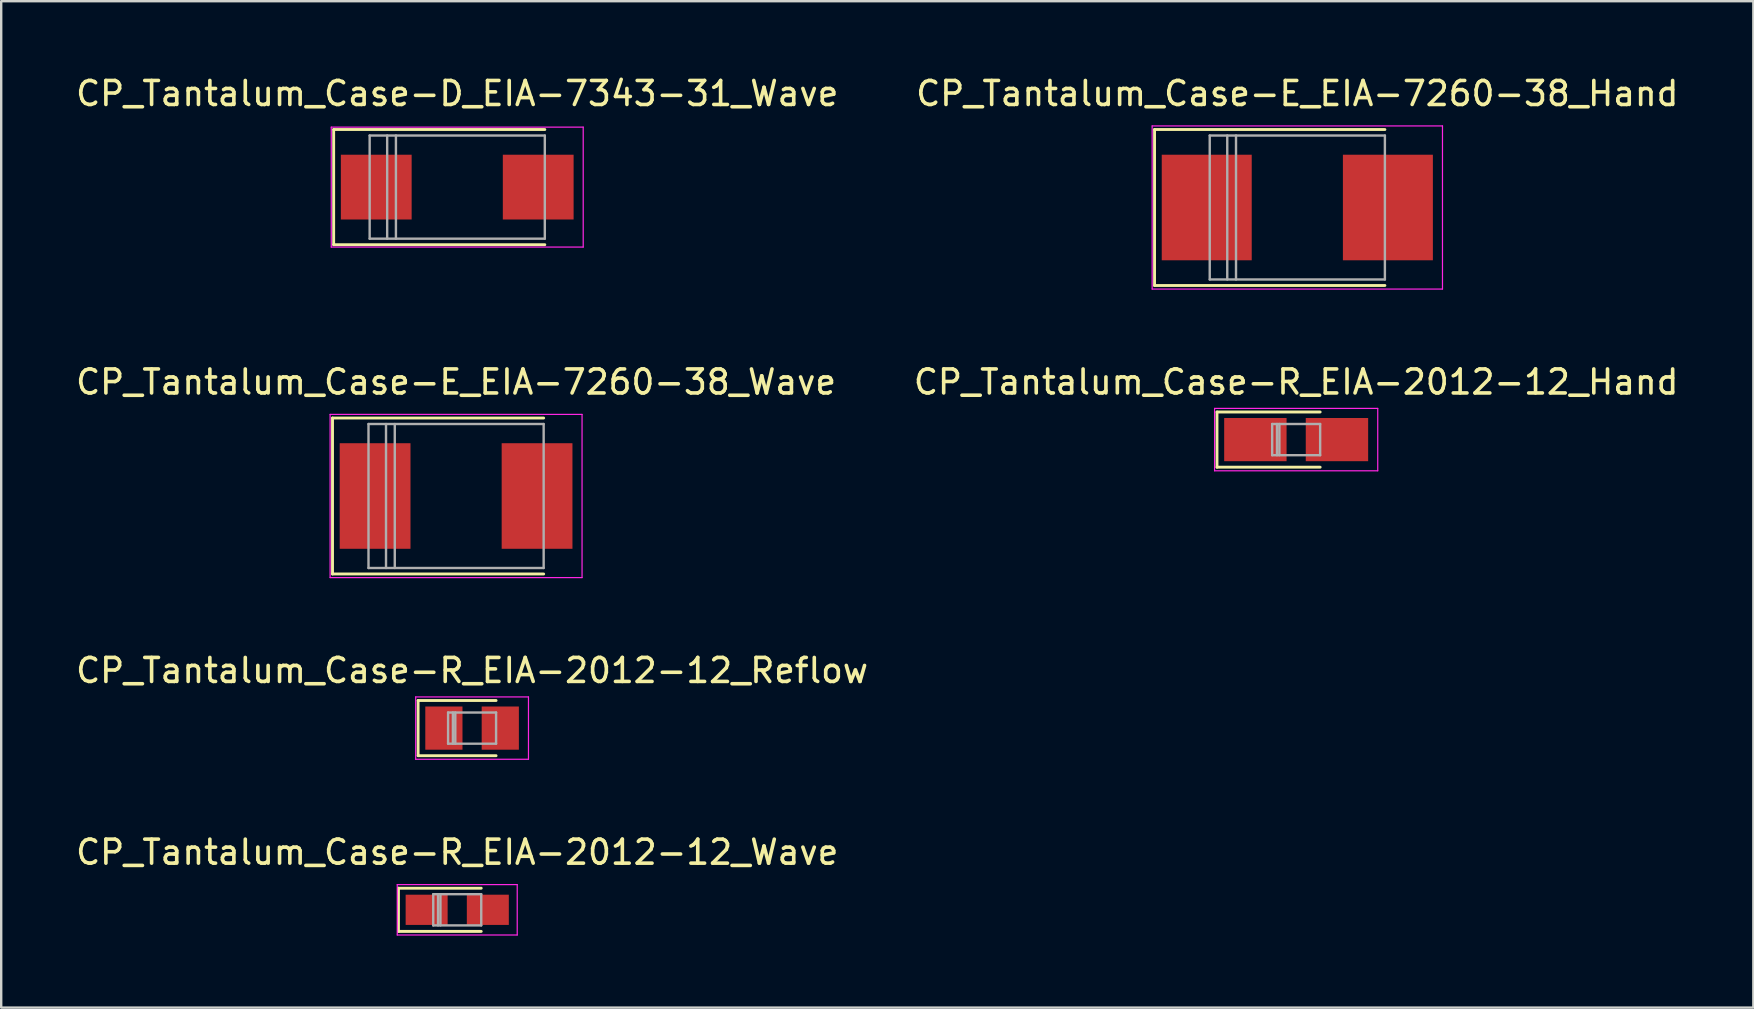
<source format=kicad_pcb>
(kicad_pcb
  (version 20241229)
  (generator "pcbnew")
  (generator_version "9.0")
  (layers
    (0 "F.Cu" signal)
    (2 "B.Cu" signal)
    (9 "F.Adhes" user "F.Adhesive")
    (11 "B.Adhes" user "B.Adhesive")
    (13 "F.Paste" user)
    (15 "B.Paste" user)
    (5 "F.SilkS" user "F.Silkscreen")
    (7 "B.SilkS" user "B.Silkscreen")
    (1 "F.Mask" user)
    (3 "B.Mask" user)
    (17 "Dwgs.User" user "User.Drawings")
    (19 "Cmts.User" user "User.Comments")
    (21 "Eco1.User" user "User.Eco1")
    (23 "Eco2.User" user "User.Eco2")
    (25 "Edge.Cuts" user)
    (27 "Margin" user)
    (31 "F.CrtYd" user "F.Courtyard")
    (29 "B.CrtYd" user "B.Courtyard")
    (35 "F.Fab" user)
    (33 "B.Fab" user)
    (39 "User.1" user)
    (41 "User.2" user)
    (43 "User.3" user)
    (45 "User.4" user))
  (footprint "CP_Tantalum_Case-D_EIA-7343-31_Wave"
    (layer "F.Cu")
    (at 16.006 4.748)
    (property "Reference" "CP_Tantalum_Case-D_EIA-7343-31_Wave" (at 0 -3.9 0) (layer "F.SilkS") (effects (font (size 1 1) (thickness 0.15))))
    (attr smd)
    (fp_line (start -5.15 -2.4) (end -5.15 2.4) (stroke (width 0.12) (type solid)) (layer "F.SilkS"))
    (fp_line (start -5.15 -2.4) (end 3.65 -2.4) (stroke (width 0.12) (type solid)) (layer "F.SilkS"))
    (fp_line (start -5.15 2.4) (end 3.65 2.4) (stroke (width 0.12) (type solid)) (layer "F.SilkS"))
    (fp_line (start -5.25 -2.5) (end -5.25 2.5) (stroke (width 0.05) (type solid)) (layer "F.CrtYd"))
    (fp_line (start -5.25 2.5) (end 5.25 2.5) (stroke (width 0.05) (type solid)) (layer "F.CrtYd"))
    (fp_line (start 5.25 -2.5) (end -5.25 -2.5) (stroke (width 0.05) (type solid)) (layer "F.CrtYd"))
    (fp_line (start 5.25 2.5) (end 5.25 -2.5) (stroke (width 0.05) (type solid)) (layer "F.CrtYd"))
    (fp_line (start -3.65 -2.15) (end -3.65 2.15) (stroke (width 0.1) (type solid)) (layer "F.Fab"))
    (fp_line (start -3.65 2.15) (end 3.65 2.15) (stroke (width 0.1) (type solid)) (layer "F.Fab"))
    (fp_line (start -2.92 -2.15) (end -2.92 2.15) (stroke (width 0.1) (type solid)) (layer "F.Fab"))
    (fp_line (start -2.555 -2.15) (end -2.555 2.15) (stroke (width 0.1) (type solid)) (layer "F.Fab"))
    (fp_line (start 3.65 -2.15) (end -3.65 -2.15) (stroke (width 0.1) (type solid)) (layer "F.Fab"))
    (fp_line (start 3.65 2.15) (end 3.65 -2.15) (stroke (width 0.1) (type solid)) (layer "F.Fab"))
    (pad "1" smd rect (at -3.375 0) (size 2.95 2.7) (layers "F.Cu" "F.Mask" "F.Paste"))
    (pad "2" smd rect (at 3.375 0) (size 2.95 2.7) (layers "F.Cu" "F.Mask" "F.Paste")))
  (footprint "CP_Tantalum_Case-E_EIA-7260-38_Wave"
    (layer "F.Cu")
    (at 15.958 17.622)
    (property "Reference" "CP_Tantalum_Case-E_EIA-7260-38_Wave" (at 0 -4.75 0) (layer "F.SilkS") (effects (font (size 1 1) (thickness 0.15))))
    (attr smd)
    (fp_line (start -5.15 -3.25) (end -5.15 3.25) (stroke (width 0.12) (type solid)) (layer "F.SilkS"))
    (fp_line (start -5.15 -3.25) (end 3.65 -3.25) (stroke (width 0.12) (type solid)) (layer "F.SilkS"))
    (fp_line (start -5.15 3.25) (end 3.65 3.25) (stroke (width 0.12) (type solid)) (layer "F.SilkS"))
    (fp_line (start -5.25 -3.4) (end -5.25 3.4) (stroke (width 0.05) (type solid)) (layer "F.CrtYd"))
    (fp_line (start -5.25 3.4) (end 5.25 3.4) (stroke (width 0.05) (type solid)) (layer "F.CrtYd"))
    (fp_line (start 5.25 -3.4) (end -5.25 -3.4) (stroke (width 0.05) (type solid)) (layer "F.CrtYd"))
    (fp_line (start 5.25 3.4) (end 5.25 -3.4) (stroke (width 0.05) (type solid)) (layer "F.CrtYd"))
    (fp_line (start -3.65 -3) (end -3.65 3) (stroke (width 0.1) (type solid)) (layer "F.Fab"))
    (fp_line (start -3.65 3) (end 3.65 3) (stroke (width 0.1) (type solid)) (layer "F.Fab"))
    (fp_line (start -2.92 -3) (end -2.92 3) (stroke (width 0.1) (type solid)) (layer "F.Fab"))
    (fp_line (start -2.555 -3) (end -2.555 3) (stroke (width 0.1) (type solid)) (layer "F.Fab"))
    (fp_line (start 3.65 -3) (end -3.65 -3) (stroke (width 0.1) (type solid)) (layer "F.Fab"))
    (fp_line (start 3.65 3) (end 3.65 -3) (stroke (width 0.1) (type solid)) (layer "F.Fab"))
    (pad "1" smd rect (at -3.375 0) (size 2.95 4.4) (layers "F.Cu" "F.Mask" "F.Paste"))
    (pad "2" smd rect (at 3.375 0) (size 2.95 4.4) (layers "F.Cu" "F.Mask" "F.Paste")))
  (footprint "CP_Tantalum_Case-R_EIA-2012-12_Hand"
    (layer "F.Cu")
    (at 50.97 15.271)
    (property "Reference" "CP_Tantalum_Case-R_EIA-2012-12_Hand" (at 0 -2.4 0) (layer "F.SilkS") (effects (font (size 1 1) (thickness 0.15))))
    (attr smd)
    (fp_line (start -3.3 -1.15) (end -3.3 1.15) (stroke (width 0.12) (type solid)) (layer "F.SilkS"))
    (fp_line (start -3.3 -1.15) (end 1 -1.15) (stroke (width 0.12) (type solid)) (layer "F.SilkS"))
    (fp_line (start -3.3 1.15) (end 1 1.15) (stroke (width 0.12) (type solid)) (layer "F.SilkS"))
    (fp_line (start -3.4 -1.3) (end -3.4 1.3) (stroke (width 0.05) (type solid)) (layer "F.CrtYd"))
    (fp_line (start -3.4 1.3) (end 3.4 1.3) (stroke (width 0.05) (type solid)) (layer "F.CrtYd"))
    (fp_line (start 3.4 -1.3) (end -3.4 -1.3) (stroke (width 0.05) (type solid)) (layer "F.CrtYd"))
    (fp_line (start 3.4 1.3) (end 3.4 -1.3) (stroke (width 0.05) (type solid)) (layer "F.CrtYd"))
    (fp_line (start -1 -0.65) (end -1 0.65) (stroke (width 0.1) (type solid)) (layer "F.Fab"))
    (fp_line (start -1 0.65) (end 1 0.65) (stroke (width 0.1) (type solid)) (layer "F.Fab"))
    (fp_line (start -0.8 -0.65) (end -0.8 0.65) (stroke (width 0.1) (type solid)) (layer "F.Fab"))
    (fp_line (start -0.7 -0.65) (end -0.7 0.65) (stroke (width 0.1) (type solid)) (layer "F.Fab"))
    (fp_line (start 1 -0.65) (end -1 -0.65) (stroke (width 0.1) (type solid)) (layer "F.Fab"))
    (fp_line (start 1 0.65) (end 1 -0.65) (stroke (width 0.1) (type solid)) (layer "F.Fab"))
    (pad "1" smd rect (at -1.7 0) (size 2.6 1.8) (layers "F.Cu" "F.Mask" "F.Paste"))
    (pad "2" smd rect (at 1.7 0) (size 2.6 1.8) (layers "F.Cu" "F.Mask" "F.Paste")))
  (footprint "CP_Tantalum_Case-R_EIA-2012-12_Wave"
    (layer "F.Cu")
    (at 16.006 34.868)
    (property "Reference" "CP_Tantalum_Case-R_EIA-2012-12_Wave" (at 0 -2.4 0) (layer "F.SilkS") (effects (font (size 1 1) (thickness 0.15))))
    (attr smd)
    (fp_line (start -2.45 -0.9) (end -2.45 0.9) (stroke (width 0.12) (type solid)) (layer "F.SilkS"))
    (fp_line (start -2.45 -0.9) (end 1 -0.9) (stroke (width 0.12) (type solid)) (layer "F.SilkS"))
    (fp_line (start -2.45 0.9) (end 1 0.9) (stroke (width 0.12) (type solid)) (layer "F.SilkS"))
    (fp_line (start -2.5 -1.05) (end -2.5 1.05) (stroke (width 0.05) (type solid)) (layer "F.CrtYd"))
    (fp_line (start -2.5 1.05) (end 2.5 1.05) (stroke (width 0.05) (type solid)) (layer "F.CrtYd"))
    (fp_line (start 2.5 -1.05) (end -2.5 -1.05) (stroke (width 0.05) (type solid)) (layer "F.CrtYd"))
    (fp_line (start 2.5 1.05) (end 2.5 -1.05) (stroke (width 0.05) (type solid)) (layer "F.CrtYd"))
    (fp_line (start -1 -0.65) (end -1 0.65) (stroke (width 0.1) (type solid)) (layer "F.Fab"))
    (fp_line (start -1 0.65) (end 1 0.65) (stroke (width 0.1) (type solid)) (layer "F.Fab"))
    (fp_line (start -0.8 -0.65) (end -0.8 0.65) (stroke (width 0.1) (type solid)) (layer "F.Fab"))
    (fp_line (start -0.7 -0.65) (end -0.7 0.65) (stroke (width 0.1) (type solid)) (layer "F.Fab"))
    (fp_line (start 1 -0.65) (end -1 -0.65) (stroke (width 0.1) (type solid)) (layer "F.Fab"))
    (fp_line (start 1 0.65) (end 1 -0.65) (stroke (width 0.1) (type solid)) (layer "F.Fab"))
    (pad "1" smd rect (at -1.275 0) (size 1.75 1.26) (layers "F.Cu" "F.Mask" "F.Paste"))
    (pad "2" smd rect (at 1.275 0) (size 1.75 1.26) (layers "F.Cu" "F.Mask" "F.Paste")))
  (footprint "CP_Tantalum_Case-E_EIA-7260-38_Hand"
    (layer "F.Cu")
    (at 51.018 5.598)
    (property "Reference" "CP_Tantalum_Case-E_EIA-7260-38_Hand" (at 0 -4.75 0) (layer "F.SilkS") (effects (font (size 1 1) (thickness 0.15))))
    (attr smd)
    (fp_line (start -5.95 -3.25) (end -5.95 3.25) (stroke (width 0.12) (type solid)) (layer "F.SilkS"))
    (fp_line (start -5.95 -3.25) (end 3.65 -3.25) (stroke (width 0.12) (type solid)) (layer "F.SilkS"))
    (fp_line (start -5.95 3.25) (end 3.65 3.25) (stroke (width 0.12) (type solid)) (layer "F.SilkS"))
    (fp_line (start -6.05 -3.4) (end -6.05 3.4) (stroke (width 0.05) (type solid)) (layer "F.CrtYd"))
    (fp_line (start -6.05 3.4) (end 6.05 3.4) (stroke (width 0.05) (type solid)) (layer "F.CrtYd"))
    (fp_line (start 6.05 -3.4) (end -6.05 -3.4) (stroke (width 0.05) (type solid)) (layer "F.CrtYd"))
    (fp_line (start 6.05 3.4) (end 6.05 -3.4) (stroke (width 0.05) (type solid)) (layer "F.CrtYd"))
    (fp_line (start -3.65 -3) (end -3.65 3) (stroke (width 0.1) (type solid)) (layer "F.Fab"))
    (fp_line (start -3.65 3) (end 3.65 3) (stroke (width 0.1) (type solid)) (layer "F.Fab"))
    (fp_line (start -2.92 -3) (end -2.92 3) (stroke (width 0.1) (type solid)) (layer "F.Fab"))
    (fp_line (start -2.555 -3) (end -2.555 3) (stroke (width 0.1) (type solid)) (layer "F.Fab"))
    (fp_line (start 3.65 -3) (end -3.65 -3) (stroke (width 0.1) (type solid)) (layer "F.Fab"))
    (fp_line (start 3.65 3) (end 3.65 -3) (stroke (width 0.1) (type solid)) (layer "F.Fab"))
    (pad "1" smd rect (at -3.775 0) (size 3.75 4.4) (layers "F.Cu" "F.Mask" "F.Paste"))
    (pad "2" smd rect (at 3.775 0) (size 3.75 4.4) (layers "F.Cu" "F.Mask" "F.Paste")))
  (footprint "CP_Tantalum_Case-R_EIA-2012-12_Reflow"
    (layer "F.Cu")
    (at 16.625 27.295)
    (property "Reference" "CP_Tantalum_Case-R_EIA-2012-12_Reflow" (at 0 -2.4 0) (layer "F.SilkS") (effects (font (size 1 1) (thickness 0.15))))
    (attr smd)
    (fp_line (start -2.25 -1.15) (end -2.25 1.15) (stroke (width 0.12) (type solid)) (layer "F.SilkS"))
    (fp_line (start -2.25 -1.15) (end 1 -1.15) (stroke (width 0.12) (type solid)) (layer "F.SilkS"))
    (fp_line (start -2.25 1.15) (end 1 1.15) (stroke (width 0.12) (type solid)) (layer "F.SilkS"))
    (fp_line (start -2.35 -1.3) (end -2.35 1.3) (stroke (width 0.05) (type solid)) (layer "F.CrtYd"))
    (fp_line (start -2.35 1.3) (end 2.35 1.3) (stroke (width 0.05) (type solid)) (layer "F.CrtYd"))
    (fp_line (start 2.35 -1.3) (end -2.35 -1.3) (stroke (width 0.05) (type solid)) (layer "F.CrtYd"))
    (fp_line (start 2.35 1.3) (end 2.35 -1.3) (stroke (width 0.05) (type solid)) (layer "F.CrtYd"))
    (fp_line (start -1 -0.65) (end -1 0.65) (stroke (width 0.1) (type solid)) (layer "F.Fab"))
    (fp_line (start -1 0.65) (end 1 0.65) (stroke (width 0.1) (type solid)) (layer "F.Fab"))
    (fp_line (start -0.8 -0.65) (end -0.8 0.65) (stroke (width 0.1) (type solid)) (layer "F.Fab"))
    (fp_line (start -0.7 -0.65) (end -0.7 0.65) (stroke (width 0.1) (type solid)) (layer "F.Fab"))
    (fp_line (start 1 -0.65) (end -1 -0.65) (stroke (width 0.1) (type solid)) (layer "F.Fab"))
    (fp_line (start 1 0.65) (end 1 -0.65) (stroke (width 0.1) (type solid)) (layer "F.Fab"))
    (pad "1" smd rect (at -1.175 0) (size 1.55 1.8) (layers "F.Cu" "F.Mask" "F.Paste"))
    (pad "2" smd rect (at 1.175 0) (size 1.55 1.8) (layers "F.Cu" "F.Mask" "F.Paste")))
  (gr_rect
    (start -3 -3)
    (end 70.024 38.943)
    (stroke (width 0.1) (type default))
    (fill no)
    (layer "Edge.Cuts")))
</source>
